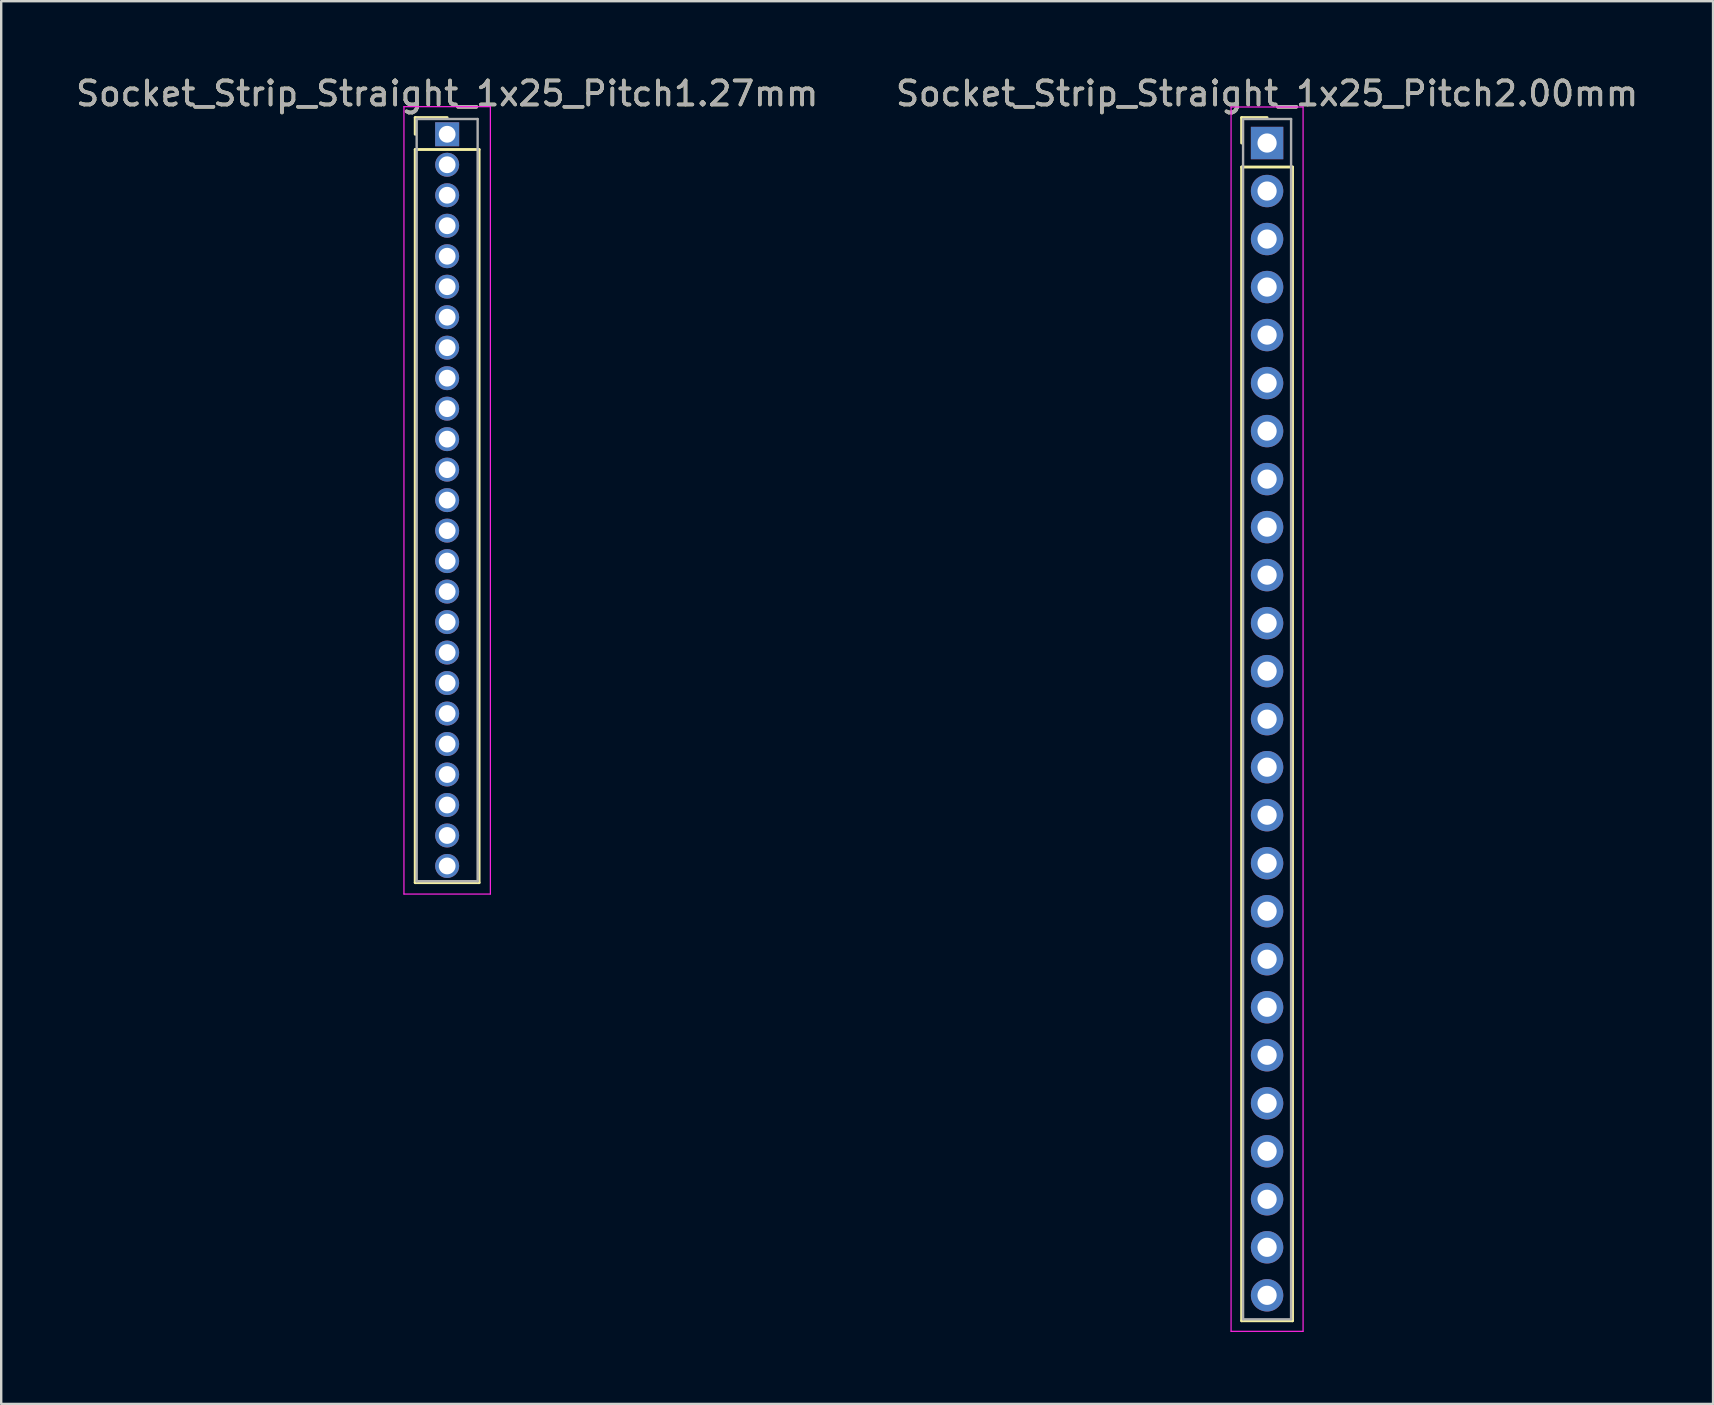
<source format=kicad_pcb>
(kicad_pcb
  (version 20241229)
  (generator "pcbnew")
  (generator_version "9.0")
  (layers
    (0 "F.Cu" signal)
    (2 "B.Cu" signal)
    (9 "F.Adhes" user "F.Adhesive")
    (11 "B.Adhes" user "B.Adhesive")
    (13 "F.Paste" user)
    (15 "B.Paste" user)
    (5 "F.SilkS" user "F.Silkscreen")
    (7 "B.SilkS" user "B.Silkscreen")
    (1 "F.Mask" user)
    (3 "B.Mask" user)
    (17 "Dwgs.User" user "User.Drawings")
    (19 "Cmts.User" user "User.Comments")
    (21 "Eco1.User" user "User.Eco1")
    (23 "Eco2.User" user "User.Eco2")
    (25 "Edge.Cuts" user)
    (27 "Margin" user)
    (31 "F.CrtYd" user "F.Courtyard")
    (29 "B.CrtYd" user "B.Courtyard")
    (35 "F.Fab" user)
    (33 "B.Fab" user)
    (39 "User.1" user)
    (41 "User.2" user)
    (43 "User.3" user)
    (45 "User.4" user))
  (footprint "Socket_Strip_Straight_1x25_Pitch2.00mm"
    (layer "F.Cu")
    (at 49.732 2.908)
    (property "Reference" "Socket_Strip_Straight_1x25_Pitch2.00mm" (at 0 -2.06 0) (layer "F.SilkS") (effects (font (size 1 1) (thickness 0.15))))
    (attr through_hole)
    (fp_line (start -1.06 -1.06) (end 0 -1.06) (stroke (width 0.12) (type solid)) (layer "F.SilkS"))
    (fp_line (start -1.06 0) (end -1.06 -1.06) (stroke (width 0.12) (type solid)) (layer "F.SilkS"))
    (fp_line (start -1.06 1) (end -1.06 49.06) (stroke (width 0.12) (type solid)) (layer "F.SilkS"))
    (fp_line (start -1.06 49.06) (end 1.06 49.06) (stroke (width 0.12) (type solid)) (layer "F.SilkS"))
    (fp_line (start 1.06 1) (end -1.06 1) (stroke (width 0.12) (type solid)) (layer "F.SilkS"))
    (fp_line (start 1.06 49.06) (end 1.06 1) (stroke (width 0.12) (type solid)) (layer "F.SilkS"))
    (fp_line (start -1.5 -1.5) (end -1.5 49.5) (stroke (width 0.05) (type solid)) (layer "F.CrtYd"))
    (fp_line (start -1.5 49.5) (end 1.5 49.5) (stroke (width 0.05) (type solid)) (layer "F.CrtYd"))
    (fp_line (start 1.5 -1.5) (end -1.5 -1.5) (stroke (width 0.05) (type solid)) (layer "F.CrtYd"))
    (fp_line (start 1.5 49.5) (end 1.5 -1.5) (stroke (width 0.05) (type solid)) (layer "F.CrtYd"))
    (fp_line (start -1 -1) (end -1 49) (stroke (width 0.1) (type solid)) (layer "F.Fab"))
    (fp_line (start -1 49) (end 1 49) (stroke (width 0.1) (type solid)) (layer "F.Fab"))
    (fp_line (start 1 -1) (end -1 -1) (stroke (width 0.1) (type solid)) (layer "F.Fab"))
    (fp_line (start 1 49) (end 1 -1) (stroke (width 0.1) (type solid)) (layer "F.Fab"))
    (fp_text user "${REFERENCE}" (at 0 -2.06 0) (layer "F.Fab") (effects (font (size 1 1) (thickness 0.15))))
    (pad "1" thru_hole rect (at 0 0) (size 1.35 1.35) (drill 0.8) (layers "*.Cu" "*.Mask"))
    (pad "2" thru_hole oval (at 0 2) (size 1.35 1.35) (drill 0.8) (layers "*.Cu" "*.Mask"))
    (pad "3" thru_hole oval (at 0 4) (size 1.35 1.35) (drill 0.8) (layers "*.Cu" "*.Mask"))
    (pad "4" thru_hole oval (at 0 6) (size 1.35 1.35) (drill 0.8) (layers "*.Cu" "*.Mask"))
    (pad "5" thru_hole oval (at 0 8) (size 1.35 1.35) (drill 0.8) (layers "*.Cu" "*.Mask"))
    (pad "6" thru_hole oval (at 0 10) (size 1.35 1.35) (drill 0.8) (layers "*.Cu" "*.Mask"))
    (pad "7" thru_hole oval (at 0 12) (size 1.35 1.35) (drill 0.8) (layers "*.Cu" "*.Mask"))
    (pad "8" thru_hole oval (at 0 14) (size 1.35 1.35) (drill 0.8) (layers "*.Cu" "*.Mask"))
    (pad "9" thru_hole oval (at 0 16) (size 1.35 1.35) (drill 0.8) (layers "*.Cu" "*.Mask"))
    (pad "10" thru_hole oval (at 0 18) (size 1.35 1.35) (drill 0.8) (layers "*.Cu" "*.Mask"))
    (pad "11" thru_hole oval (at 0 20) (size 1.35 1.35) (drill 0.8) (layers "*.Cu" "*.Mask"))
    (pad "12" thru_hole oval (at 0 22) (size 1.35 1.35) (drill 0.8) (layers "*.Cu" "*.Mask"))
    (pad "13" thru_hole oval (at 0 24) (size 1.35 1.35) (drill 0.8) (layers "*.Cu" "*.Mask"))
    (pad "14" thru_hole oval (at 0 26) (size 1.35 1.35) (drill 0.8) (layers "*.Cu" "*.Mask"))
    (pad "15" thru_hole oval (at 0 28) (size 1.35 1.35) (drill 0.8) (layers "*.Cu" "*.Mask"))
    (pad "16" thru_hole oval (at 0 30) (size 1.35 1.35) (drill 0.8) (layers "*.Cu" "*.Mask"))
    (pad "17" thru_hole oval (at 0 32) (size 1.35 1.35) (drill 0.8) (layers "*.Cu" "*.Mask"))
    (pad "18" thru_hole oval (at 0 34) (size 1.35 1.35) (drill 0.8) (layers "*.Cu" "*.Mask"))
    (pad "19" thru_hole oval (at 0 36) (size 1.35 1.35) (drill 0.8) (layers "*.Cu" "*.Mask"))
    (pad "20" thru_hole oval (at 0 38) (size 1.35 1.35) (drill 0.8) (layers "*.Cu" "*.Mask"))
    (pad "21" thru_hole oval (at 0 40) (size 1.35 1.35) (drill 0.8) (layers "*.Cu" "*.Mask"))
    (pad "22" thru_hole oval (at 0 42) (size 1.35 1.35) (drill 0.8) (layers "*.Cu" "*.Mask"))
    (pad "23" thru_hole oval (at 0 44) (size 1.35 1.35) (drill 0.8) (layers "*.Cu" "*.Mask"))
    (pad "24" thru_hole oval (at 0 46) (size 1.35 1.35) (drill 0.8) (layers "*.Cu" "*.Mask"))
    (pad "25" thru_hole oval (at 0 48) (size 1.35 1.35) (drill 0.8) (layers "*.Cu" "*.Mask")))
  (footprint "Socket_Strip_Straight_1x25_Pitch1.27mm"
    (layer "F.Cu")
    (at 15.577 2.543)
    (property "Reference" "Socket_Strip_Straight_1x25_Pitch1.27mm" (at 0 -1.695 0) (layer "F.SilkS") (effects (font (size 1 1) (thickness 0.15))))
    (attr through_hole)
    (fp_line (start -1.33 -0.695) (end 0 -0.695) (stroke (width 0.12) (type solid)) (layer "F.SilkS"))
    (fp_line (start -1.33 0) (end -1.33 -0.695) (stroke (width 0.12) (type solid)) (layer "F.SilkS"))
    (fp_line (start -1.33 0.635) (end -1.33 31.175) (stroke (width 0.12) (type solid)) (layer "F.SilkS"))
    (fp_line (start -1.33 31.175) (end 1.33 31.175) (stroke (width 0.12) (type solid)) (layer "F.SilkS"))
    (fp_line (start 1.33 0.635) (end -1.33 0.635) (stroke (width 0.12) (type solid)) (layer "F.SilkS"))
    (fp_line (start 1.33 31.175) (end 1.33 0.635) (stroke (width 0.12) (type solid)) (layer "F.SilkS"))
    (fp_line (start -1.8 -1.15) (end -1.8 31.65) (stroke (width 0.05) (type solid)) (layer "F.CrtYd"))
    (fp_line (start -1.8 31.65) (end 1.8 31.65) (stroke (width 0.05) (type solid)) (layer "F.CrtYd"))
    (fp_line (start 1.8 -1.15) (end -1.8 -1.15) (stroke (width 0.05) (type solid)) (layer "F.CrtYd"))
    (fp_line (start 1.8 31.65) (end 1.8 -1.15) (stroke (width 0.05) (type solid)) (layer "F.CrtYd"))
    (fp_line (start -1.27 -0.635) (end -1.27 31.115) (stroke (width 0.1) (type solid)) (layer "F.Fab"))
    (fp_line (start -1.27 31.115) (end 1.27 31.115) (stroke (width 0.1) (type solid)) (layer "F.Fab"))
    (fp_line (start 1.27 -0.635) (end -1.27 -0.635) (stroke (width 0.1) (type solid)) (layer "F.Fab"))
    (fp_line (start 1.27 31.115) (end 1.27 -0.635) (stroke (width 0.1) (type solid)) (layer "F.Fab"))
    (fp_text user "${REFERENCE}" (at 0 -1.695 0) (layer "F.Fab") (effects (font (size 1 1) (thickness 0.15))))
    (pad "1" thru_hole rect (at 0 0) (size 1 1) (drill 0.7) (layers "*.Cu" "*.Mask"))
    (pad "2" thru_hole oval (at 0 1.27) (size 1 1) (drill 0.7) (layers "*.Cu" "*.Mask"))
    (pad "3" thru_hole oval (at 0 2.54) (size 1 1) (drill 0.7) (layers "*.Cu" "*.Mask"))
    (pad "4" thru_hole oval (at 0 3.81) (size 1 1) (drill 0.7) (layers "*.Cu" "*.Mask"))
    (pad "5" thru_hole oval (at 0 5.08) (size 1 1) (drill 0.7) (layers "*.Cu" "*.Mask"))
    (pad "6" thru_hole oval (at 0 6.35) (size 1 1) (drill 0.7) (layers "*.Cu" "*.Mask"))
    (pad "7" thru_hole oval (at 0 7.62) (size 1 1) (drill 0.7) (layers "*.Cu" "*.Mask"))
    (pad "8" thru_hole oval (at 0 8.89) (size 1 1) (drill 0.7) (layers "*.Cu" "*.Mask"))
    (pad "9" thru_hole oval (at 0 10.16) (size 1 1) (drill 0.7) (layers "*.Cu" "*.Mask"))
    (pad "10" thru_hole oval (at 0 11.43) (size 1 1) (drill 0.7) (layers "*.Cu" "*.Mask"))
    (pad "11" thru_hole oval (at 0 12.7) (size 1 1) (drill 0.7) (layers "*.Cu" "*.Mask"))
    (pad "12" thru_hole oval (at 0 13.97) (size 1 1) (drill 0.7) (layers "*.Cu" "*.Mask"))
    (pad "13" thru_hole oval (at 0 15.24) (size 1 1) (drill 0.7) (layers "*.Cu" "*.Mask"))
    (pad "14" thru_hole oval (at 0 16.51) (size 1 1) (drill 0.7) (layers "*.Cu" "*.Mask"))
    (pad "15" thru_hole oval (at 0 17.78) (size 1 1) (drill 0.7) (layers "*.Cu" "*.Mask"))
    (pad "16" thru_hole oval (at 0 19.05) (size 1 1) (drill 0.7) (layers "*.Cu" "*.Mask"))
    (pad "17" thru_hole oval (at 0 20.32) (size 1 1) (drill 0.7) (layers "*.Cu" "*.Mask"))
    (pad "18" thru_hole oval (at 0 21.59) (size 1 1) (drill 0.7) (layers "*.Cu" "*.Mask"))
    (pad "19" thru_hole oval (at 0 22.86) (size 1 1) (drill 0.7) (layers "*.Cu" "*.Mask"))
    (pad "20" thru_hole oval (at 0 24.13) (size 1 1) (drill 0.7) (layers "*.Cu" "*.Mask"))
    (pad "21" thru_hole oval (at 0 25.4) (size 1 1) (drill 0.7) (layers "*.Cu" "*.Mask"))
    (pad "22" thru_hole oval (at 0 26.67) (size 1 1) (drill 0.7) (layers "*.Cu" "*.Mask"))
    (pad "23" thru_hole oval (at 0 27.94) (size 1 1) (drill 0.7) (layers "*.Cu" "*.Mask"))
    (pad "24" thru_hole oval (at 0 29.21) (size 1 1) (drill 0.7) (layers "*.Cu" "*.Mask"))
    (pad "25" thru_hole oval (at 0 30.48) (size 1 1) (drill 0.7) (layers "*.Cu" "*.Mask")))
  (gr_rect
    (start -3 -3)
    (end 68.31 55.433)
    (stroke (width 0.1) (type default))
    (fill no)
    (layer "Edge.Cuts")))
</source>
